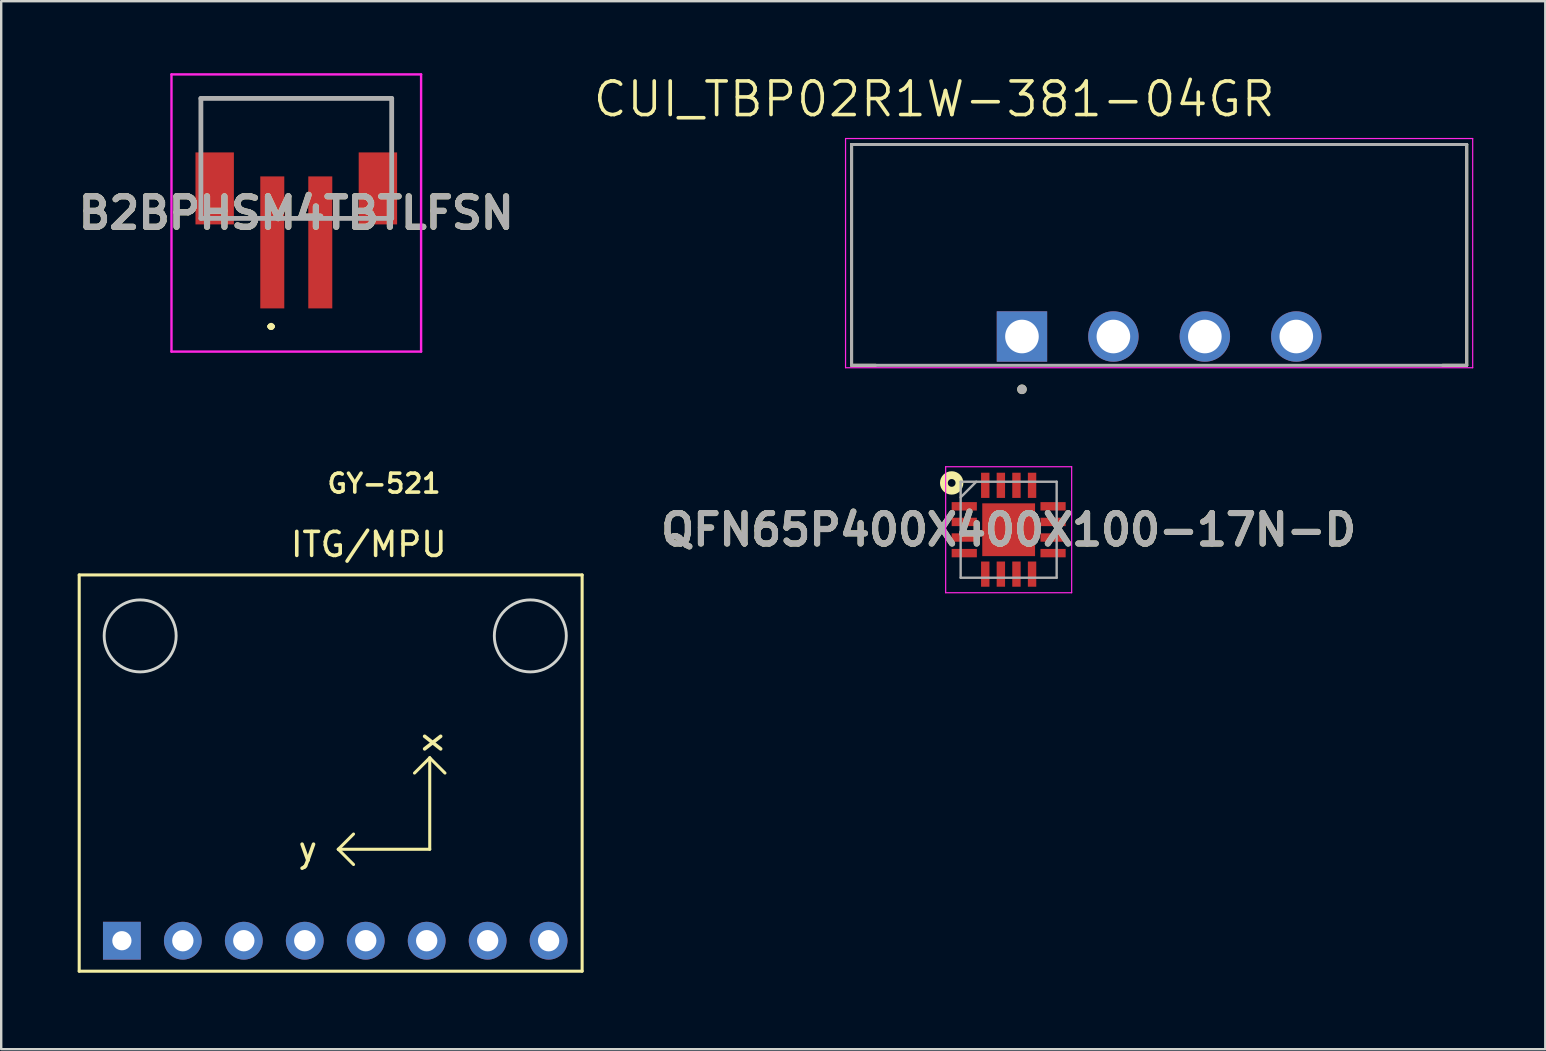
<source format=kicad_pcb>
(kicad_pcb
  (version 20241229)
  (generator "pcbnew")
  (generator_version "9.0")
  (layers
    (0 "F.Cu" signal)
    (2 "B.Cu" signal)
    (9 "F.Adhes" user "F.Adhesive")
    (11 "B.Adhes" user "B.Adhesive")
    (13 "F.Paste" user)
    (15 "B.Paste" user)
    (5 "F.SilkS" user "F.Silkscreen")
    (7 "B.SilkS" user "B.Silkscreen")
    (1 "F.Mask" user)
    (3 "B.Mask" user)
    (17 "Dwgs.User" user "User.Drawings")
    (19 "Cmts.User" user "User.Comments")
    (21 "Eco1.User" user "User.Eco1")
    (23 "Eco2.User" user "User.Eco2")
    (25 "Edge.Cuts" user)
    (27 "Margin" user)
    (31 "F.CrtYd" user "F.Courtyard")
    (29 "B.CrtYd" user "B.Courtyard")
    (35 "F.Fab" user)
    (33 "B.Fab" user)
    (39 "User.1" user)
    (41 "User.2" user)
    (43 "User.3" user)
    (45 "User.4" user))
  (footprint "B2BPHSM4TBTLFSN"
    (layer "F.Cu")
    (at 9.295 3.55)
    (property "Reference" "B2BPHSM4TBTLFSN" (at 0 2.275 0) (layer "F.SilkS") (effects (font (size 1.27 1.27) (thickness 0.254))))
    (attr smd)
    (fp_line (start -4 -2.5) (end -4 -0.75) (stroke (width 0.1) (type solid)) (layer "F.SilkS"))
    (fp_line (start -4 -0.75) (end -3.975 -0.75) (stroke (width 0.1) (type solid)) (layer "F.SilkS"))
    (fp_line (start -3.975 -2.5) (end -4 -2.5) (stroke (width 0.1) (type solid)) (layer "F.SilkS"))
    (fp_line (start -3.975 -2.5) (end -3.975 -2.5) (stroke (width 0.1) (type solid)) (layer "F.SilkS"))
    (fp_line (start -3.975 -2.5) (end 3.975 -2.5) (stroke (width 0.1) (type solid)) (layer "F.SilkS"))
    (fp_line (start -3.975 -0.75) (end -3.975 -2.5) (stroke (width 0.1) (type solid)) (layer "F.SilkS"))
    (fp_line (start -1.1 7) (end -1.1 7) (stroke (width 0.2) (type solid)) (layer "F.SilkS"))
    (fp_line (start -1.1 7) (end -1.1 7) (stroke (width 0.2) (type solid)) (layer "F.SilkS"))
    (fp_line (start -1 7) (end -1 7) (stroke (width 0.2) (type solid)) (layer "F.SilkS"))
    (fp_line (start 3.975 -2.5) (end -3.975 -2.5) (stroke (width 0.1) (type solid)) (layer "F.SilkS"))
    (fp_line (start 3.975 -2.5) (end 3.975 -2.5) (stroke (width 0.1) (type solid)) (layer "F.SilkS"))
    (fp_line (start 3.975 -2.5) (end 4 -2.5) (stroke (width 0.1) (type solid)) (layer "F.SilkS"))
    (fp_line (start 3.975 -0.75) (end 3.975 -2.5) (stroke (width 0.1) (type solid)) (layer "F.SilkS"))
    (fp_line (start 4 -2.5) (end 4 -0.75) (stroke (width 0.1) (type solid)) (layer "F.SilkS"))
    (fp_line (start 4 -0.75) (end 3.975 -0.75) (stroke (width 0.1) (type solid)) (layer "F.SilkS"))
    (fp_arc (start -1.1 7) (mid -1.05 6.95) (end -1 7) (stroke (width 0.2) (type solid)) (layer "F.SilkS"))
    (fp_arc (start -1 7) (mid -1.05 7.05) (end -1.1 7) (stroke (width 0.2) (type solid)) (layer "F.SilkS"))
    (fp_arc (start -1 7) (mid -1.05 7.05) (end -1.1 7) (stroke (width 0.2) (type solid)) (layer "F.SilkS"))
    (fp_line (start -5.2 -3.5) (end 5.2 -3.5) (stroke (width 0.1) (type solid)) (layer "F.CrtYd"))
    (fp_line (start -5.2 8.05) (end -5.2 -3.5) (stroke (width 0.1) (type solid)) (layer "F.CrtYd"))
    (fp_line (start 5.2 -3.5) (end 5.2 8.05) (stroke (width 0.1) (type solid)) (layer "F.CrtYd"))
    (fp_line (start 5.2 8.05) (end -5.2 8.05) (stroke (width 0.1) (type solid)) (layer "F.CrtYd"))
    (fp_line (start -3.975 -2.5) (end -3.975 2.5) (stroke (width 0.2) (type solid)) (layer "F.Fab"))
    (fp_line (start -3.975 2.5) (end 3.975 2.5) (stroke (width 0.2) (type solid)) (layer "F.Fab"))
    (fp_line (start 3.975 -2.5) (end -3.975 -2.5) (stroke (width 0.2) (type solid)) (layer "F.Fab"))
    (fp_line (start 3.975 2.5) (end 3.975 -2.5) (stroke (width 0.2) (type solid)) (layer "F.Fab"))
    (fp_text user "${REFERENCE}" (at 0 2.275 0) (layer "F.Fab") (effects (font (size 1.27 1.27) (thickness 0.254))))
    (pad "1" smd rect (at -1 3.5) (size 1 5.5) (layers "F.Cu" "F.Mask" "F.Paste"))
    (pad "2" smd rect (at 1 3.5) (size 1 5.5) (layers "F.Cu" "F.Mask" "F.Paste"))
    (pad "MP1" smd rect (at -3.4 1.25) (size 1.6 3) (layers "F.Cu" "F.Mask" "F.Paste"))
    (pad "MP2" smd rect (at 3.4 1.25) (size 1.6 3) (layers "F.Cu" "F.Mask" "F.Paste")))
  (footprint "CUI_TBP02R1W-381-04GR"
    (layer "F.Cu")
    (at 39.53 10.971)
    (property "Reference" "CUI_TBP02R1W-381-04GR" (at -3.655 -9.889 0) (layer "F.SilkS") (effects (font (size 1.4 1.4) (thickness 0.15))))
    (attr through_hole)
    (fp_line (start -7.1 -8) (end 18.53 -8) (stroke (width 0.127) (type solid)) (layer "F.SilkS"))
    (fp_line (start -7.1 1.2) (end -7.1 -8) (stroke (width 0.127) (type solid)) (layer "F.SilkS"))
    (fp_line (start -7.1 1.2) (end -6.1 1.2) (stroke (width 0.127) (type solid)) (layer "F.SilkS"))
    (fp_line (start 18.53 -8) (end 18.53 1.2) (stroke (width 0.127) (type solid)) (layer "F.SilkS"))
    (fp_line (start 18.53 1.2) (end 17.53 1.2) (stroke (width 0.127) (type solid)) (layer "F.SilkS"))
    (fp_circle (center 0 2.2) (end 0.1 2.2) (stroke (width 0.2) (type solid)) (fill no) (layer "F.SilkS"))
    (fp_line (start -7.35 -8.25) (end 18.78 -8.25) (stroke (width 0.05) (type solid)) (layer "F.CrtYd"))
    (fp_line (start -7.35 1.3) (end -7.35 -8.25) (stroke (width 0.05) (type solid)) (layer "F.CrtYd"))
    (fp_line (start 18.78 -8.25) (end 18.78 1.3) (stroke (width 0.05) (type solid)) (layer "F.CrtYd"))
    (fp_line (start 18.78 1.3) (end -7.35 1.3) (stroke (width 0.05) (type solid)) (layer "F.CrtYd"))
    (fp_line (start -7.1 -8) (end 18.53 -8) (stroke (width 0.127) (type solid)) (layer "F.Fab"))
    (fp_line (start -7.1 1.2) (end -7.1 -8) (stroke (width 0.127) (type solid)) (layer "F.Fab"))
    (fp_line (start 18.53 -8) (end 18.53 1.2) (stroke (width 0.127) (type solid)) (layer "F.Fab"))
    (fp_line (start 18.53 1.2) (end -7.1 1.2) (stroke (width 0.127) (type solid)) (layer "F.Fab"))
    (fp_circle (center 0 2.2) (end 0.1 2.2) (stroke (width 0.2) (type solid)) (fill no) (layer "F.Fab"))
    (pad "1" thru_hole rect (at 0 0) (size 2.1 2.1) (drill 1.4) (layers "*.Cu" "*.Mask"))
    (pad "2" thru_hole circle (at 3.81 0) (size 2.1 2.1) (drill 1.4) (layers "*.Cu" "*.Mask"))
    (pad "3" thru_hole circle (at 7.62 0) (size 2.1 2.1) (drill 1.4) (layers "*.Cu" "*.Mask"))
    (pad "4" thru_hole circle (at 11.43 0) (size 2.1 2.1) (drill 1.4) (layers "*.Cu" "*.Mask")))
  (footprint "QFN65P400X400X100-17N-D"
    (layer "F.Cu")
    (at 38.976 19.021)
    (property "Reference" "QFN65P400X400X100-17N-D" (at 0 0 0) (layer "F.SilkS") (effects (font (size 1.27 1.27) (thickness 0.254))))
    (attr smd)
    (fp_circle (center -2.374 -1.95) (end -2.374 -1.788) (stroke (width 0.325) (type solid)) (fill no) (layer "F.SilkS"))
    (fp_line (start -2.625 -2.625) (end 2.625 -2.625) (stroke (width 0.05) (type solid)) (layer "F.CrtYd"))
    (fp_line (start -2.625 2.625) (end -2.625 -2.625) (stroke (width 0.05) (type solid)) (layer "F.CrtYd"))
    (fp_line (start 2.625 -2.625) (end 2.625 2.625) (stroke (width 0.05) (type solid)) (layer "F.CrtYd"))
    (fp_line (start 2.625 2.625) (end -2.625 2.625) (stroke (width 0.05) (type solid)) (layer "F.CrtYd"))
    (fp_line (start -2 -2) (end 2 -2) (stroke (width 0.1) (type solid)) (layer "F.Fab"))
    (fp_line (start -2 -1.35) (end -1.35 -2) (stroke (width 0.1) (type solid)) (layer "F.Fab"))
    (fp_line (start -2 2) (end -2 -2) (stroke (width 0.1) (type solid)) (layer "F.Fab"))
    (fp_line (start 2 -2) (end 2 2) (stroke (width 0.1) (type solid)) (layer "F.Fab"))
    (fp_line (start 2 2) (end -2 2) (stroke (width 0.1) (type solid)) (layer "F.Fab"))
    (fp_text user "${REFERENCE}" (at 0 0 0) (layer "F.Fab") (effects (font (size 1.27 1.27) (thickness 0.254))))
    (pad "1" smd rect (at -1.85 -0.975 90) (size 0.35 1.05) (layers "F.Cu" "F.Mask" "F.Paste"))
    (pad "2" smd rect (at -1.85 -0.325 90) (size 0.35 1.05) (layers "F.Cu" "F.Mask" "F.Paste"))
    (pad "3" smd rect (at -1.85 0.325 90) (size 0.35 1.05) (layers "F.Cu" "F.Mask" "F.Paste"))
    (pad "4" smd rect (at -1.85 0.975 90) (size 0.35 1.05) (layers "F.Cu" "F.Mask" "F.Paste"))
    (pad "5" smd rect (at -0.975 1.85) (size 0.35 1.05) (layers "F.Cu" "F.Mask" "F.Paste"))
    (pad "6" smd rect (at -0.325 1.85) (size 0.35 1.05) (layers "F.Cu" "F.Mask" "F.Paste"))
    (pad "7" smd rect (at 0.325 1.85) (size 0.35 1.05) (layers "F.Cu" "F.Mask" "F.Paste"))
    (pad "8" smd rect (at 0.975 1.85) (size 0.35 1.05) (layers "F.Cu" "F.Mask" "F.Paste"))
    (pad "9" smd rect (at 1.85 0.975 90) (size 0.35 1.05) (layers "F.Cu" "F.Mask" "F.Paste"))
    (pad "10" smd rect (at 1.85 0.325 90) (size 0.35 1.05) (layers "F.Cu" "F.Mask" "F.Paste"))
    (pad "11" smd rect (at 1.85 -0.325 90) (size 0.35 1.05) (layers "F.Cu" "F.Mask" "F.Paste"))
    (pad "12" smd rect (at 1.85 -0.975 90) (size 0.35 1.05) (layers "F.Cu" "F.Mask" "F.Paste"))
    (pad "13" smd rect (at 0.975 -1.85) (size 0.35 1.05) (layers "F.Cu" "F.Mask" "F.Paste"))
    (pad "14" smd rect (at 0.325 -1.85) (size 0.35 1.05) (layers "F.Cu" "F.Mask" "F.Paste"))
    (pad "15" smd rect (at -0.325 -1.85) (size 0.35 1.05) (layers "F.Cu" "F.Mask" "F.Paste"))
    (pad "16" smd rect (at -0.975 -1.85) (size 0.35 1.05) (layers "F.Cu" "F.Mask" "F.Paste"))
    (pad "17" smd rect (at 0 0) (size 2.2 2.2) (layers "F.Cu" "F.Mask" "F.Paste")))
  (footprint "GY-521"
    (layer "F.Cu")
    (at 0.25 37.415)
    (property "Reference" "GY-521" (at 12.7 -20.32 180) (layer "F.SilkS") (effects (font (size 0.787 0.787) (thickness 0.15))))
    (attr through_hole)
    (fp_line (start 0 -16.51) (end 20.955 -16.51) (stroke (width 0.127) (type solid)) (layer "F.SilkS"))
    (fp_line (start 0 0) (end 0 -16.51) (stroke (width 0.127) (type solid)) (layer "F.SilkS"))
    (fp_line (start 10.795 -5.08) (end 11.43 -5.715) (stroke (width 0.127) (type solid)) (layer "F.SilkS"))
    (fp_line (start 10.795 -5.08) (end 11.43 -4.445) (stroke (width 0.127) (type solid)) (layer "F.SilkS"))
    (fp_line (start 14.605 -8.89) (end 13.97 -8.255) (stroke (width 0.127) (type solid)) (layer "F.SilkS"))
    (fp_line (start 14.605 -8.89) (end 15.24 -8.255) (stroke (width 0.127) (type solid)) (layer "F.SilkS"))
    (fp_line (start 14.605 -5.08) (end 10.795 -5.08) (stroke (width 0.127) (type solid)) (layer "F.SilkS"))
    (fp_line (start 14.605 -5.08) (end 14.605 -8.89) (stroke (width 0.127) (type solid)) (layer "F.SilkS"))
    (fp_line (start 20.955 -16.51) (end 20.955 0) (stroke (width 0.127) (type solid)) (layer "F.SilkS"))
    (fp_line (start 20.955 0) (end 0 0) (stroke (width 0.127) (type solid)) (layer "F.SilkS"))
    (fp_circle (center 2.54 -13.97) (end 4.04 -13.97) (stroke (width 0.12) (type solid)) (fill no) (layer "Edge.Cuts"))
    (fp_circle (center 18.796 -13.97) (end 20.296 -13.97) (stroke (width 0.12) (type solid)) (fill no) (layer "Edge.Cuts"))
    (fp_text user "ITG/MPU" (at 12.065 -17.78 180) (layer "F.SilkS") (effects (font (size 1 1) (thickness 0.15))))
    (fp_text user "x" (at 14.605 -9.525 90) (layer "F.SilkS") (effects (font (size 1 1) (thickness 0.15))))
    (fp_text user "y" (at 9.525 -5.08 0) (layer "F.SilkS") (effects (font (size 1 1) (thickness 0.15))))
    (pad "1" thru_hole rect (at 1.778 -1.27 90) (size 1.575 1.575) (drill 0.8) (layers "*.Cu" "*.Mask"))
    (pad "2" thru_hole circle (at 4.318 -1.27 90) (size 1.575 1.575) (drill 0.889) (layers "*.Cu" "*.Mask"))
    (pad "3" thru_hole circle (at 6.858 -1.27 90) (size 1.575 1.575) (drill 0.889) (layers "*.Cu" "*.Mask"))
    (pad "4" thru_hole circle (at 9.398 -1.27 90) (size 1.575 1.575) (drill 0.889) (layers "*.Cu" "*.Mask"))
    (pad "5" thru_hole circle (at 11.938 -1.27 90) (size 1.575 1.575) (drill 0.889) (layers "*.Cu" "*.Mask"))
    (pad "6" thru_hole circle (at 14.478 -1.27 90) (size 1.575 1.575) (drill 0.889) (layers "*.Cu" "*.Mask"))
    (pad "7" thru_hole circle (at 17.018 -1.27 90) (size 1.575 1.575) (drill 0.889) (layers "*.Cu" "*.Mask"))
    (pad "8" thru_hole circle (at 19.558 -1.27 90) (size 1.575 1.575) (drill 0.889) (layers "*.Cu" "*.Mask")))
  (gr_rect
    (start -3 -3)
    (end 61.335 40.665)
    (stroke (width 0.1) (type default))
    (fill no)
    (layer "Edge.Cuts")))
</source>
